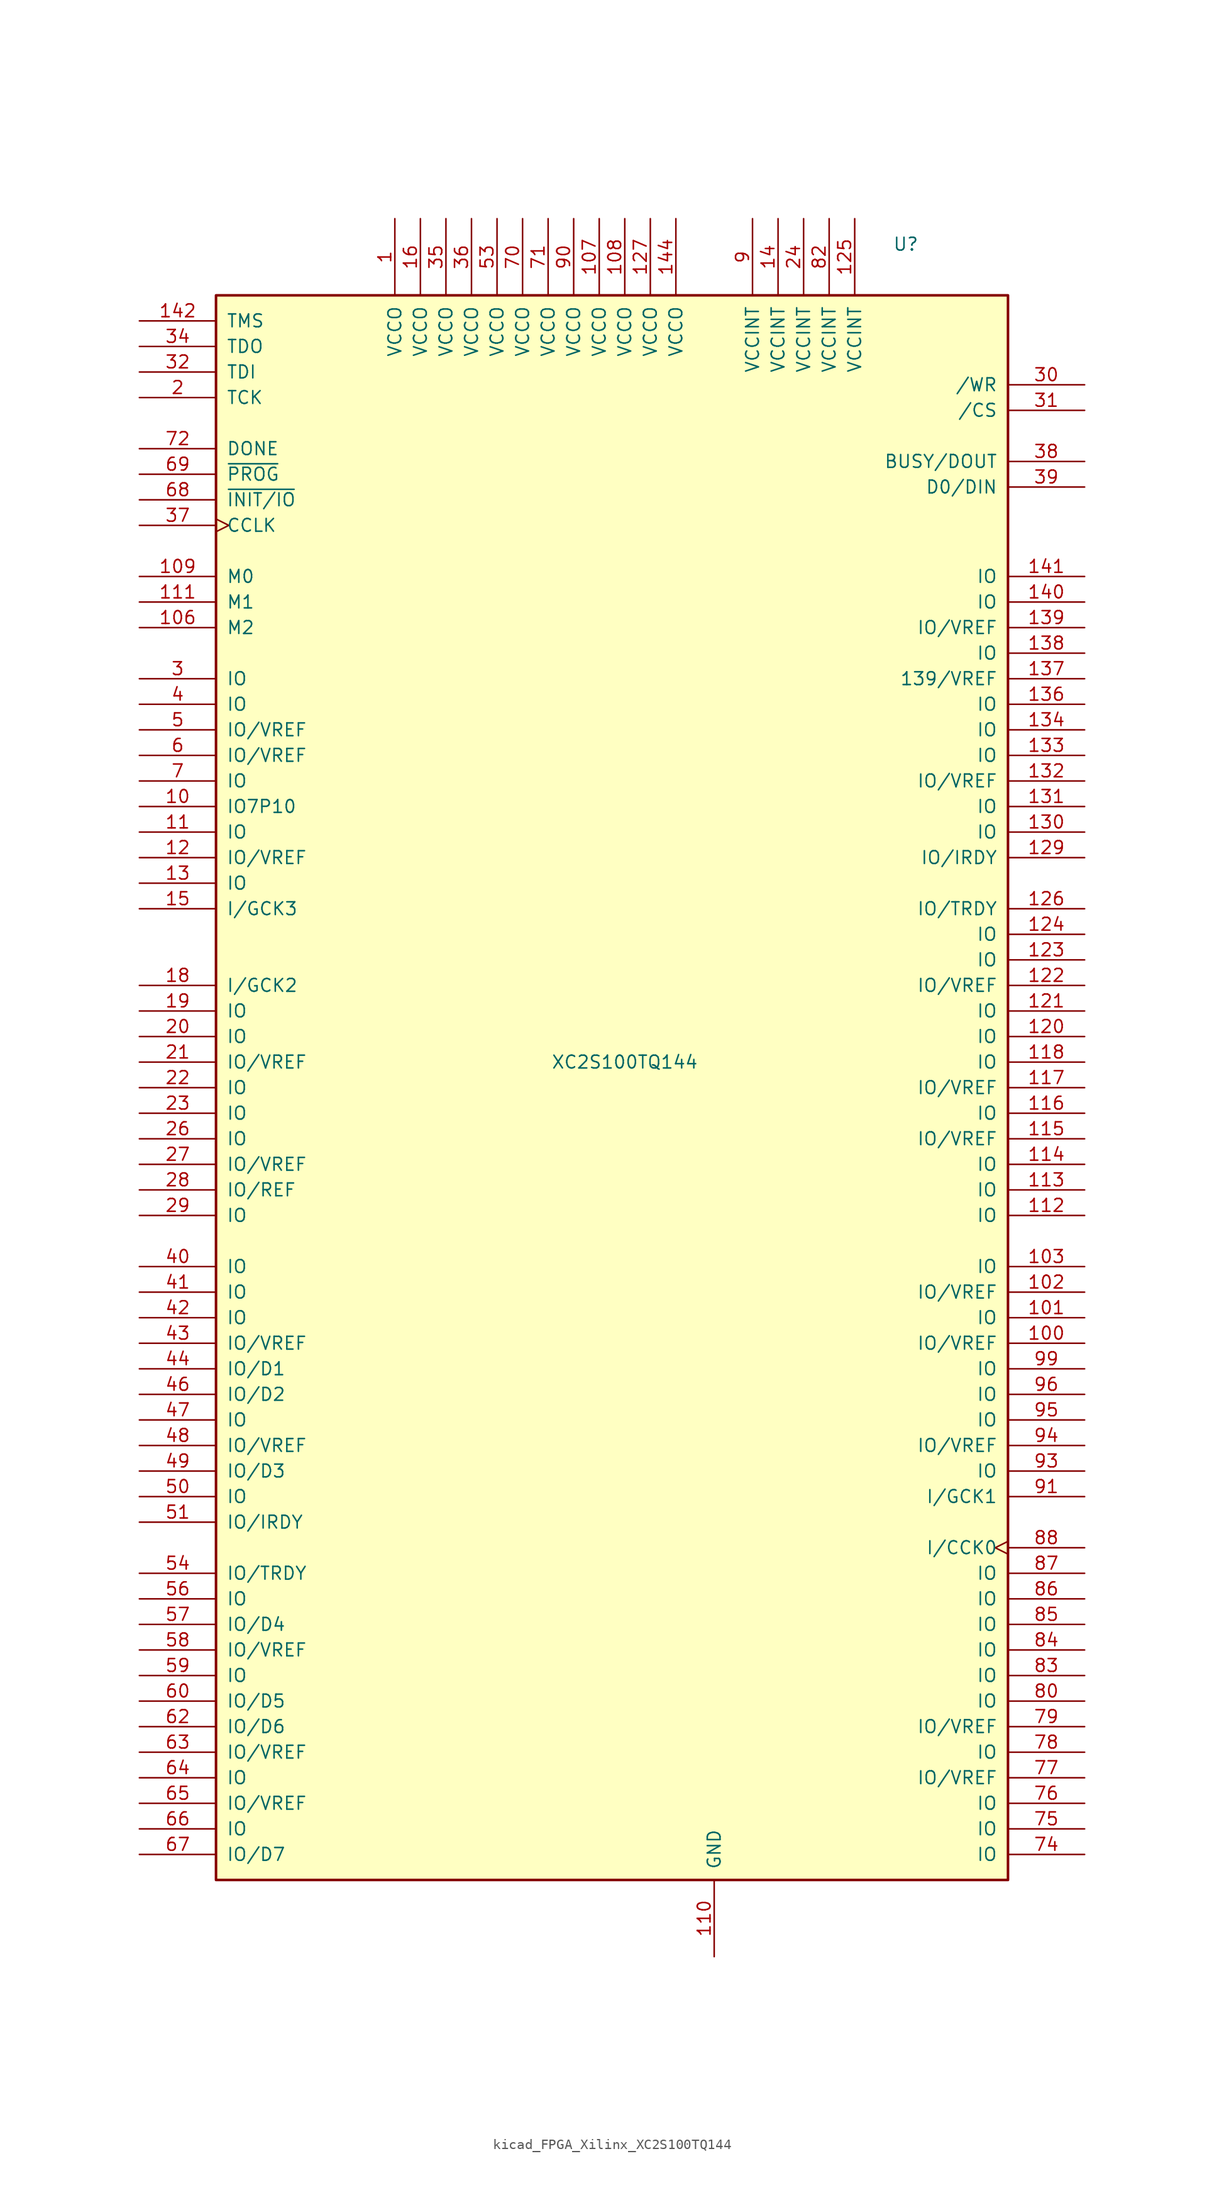
<source format=kicad_sym>
(kicad_symbol_lib
  (version 20220914)
  (generator kicad_symbol_editor)
  (symbol "kicad_FPGA_Xilinx_XC2S100TQ144"
    (pin_names
      (offset 1.016))
    (property "Reference" "U"
      (at 27.94 83.82 0)
      (effects (font (size 1.27 1.27))))
    (property "Value" "XC2S100TQ144"
      (at 0 2.54 0)
      (effects (font (size 1.27 1.27))))
    (symbol "kicad_FPGA_Xilinx_XC2S100TQ144_0_1"
      (rectangle (start -40.64 78.74) (end 38.1 -78.74) (stroke (width 0.254) (type default)) (fill (type background))))
    (symbol "kicad_FPGA_Xilinx_XC2S100TQ144_1_1"
      (pin power_in line (at -22.86 86.36 270) (length 7.62) (name "VCCO" (effects (font (size 1.27 1.27)))) (number "1" (effects (font (size 1.27 1.27)))))
      (pin bidirectional line (at -48.26 27.94 0) (length 7.62) (name "IO7P10" (effects (font (size 1.27 1.27)))) (number "10" (effects (font (size 1.27 1.27)))))
      (pin bidirectional line (at 45.72 -25.4 180) (length 7.62) (name "IO/VREF" (effects (font (size 1.27 1.27)))) (number "100" (effects (font (size 1.27 1.27)))))
      (pin bidirectional line (at 45.72 -22.86 180) (length 7.62) (name "IO" (effects (font (size 1.27 1.27)))) (number "101" (effects (font (size 1.27 1.27)))))
      (pin bidirectional line (at 45.72 -20.32 180) (length 7.62) (name "IO/VREF" (effects (font (size 1.27 1.27)))) (number "102" (effects (font (size 1.27 1.27)))))
      (pin bidirectional line (at 45.72 -17.78 180) (length 7.62) (name "IO" (effects (font (size 1.27 1.27)))) (number "103" (effects (font (size 1.27 1.27)))))
      (pin input line (at -48.26 45.72 0) (length 7.62) (name "M2" (effects (font (size 1.27 1.27)))) (number "106" (effects (font (size 1.27 1.27)))))
      (pin power_in line (at -2.54 86.36 270) (length 7.62) (name "VCCO" (effects (font (size 1.27 1.27)))) (number "107" (effects (font (size 1.27 1.27)))))
      (pin power_in line (at 0 86.36 270) (length 7.62) (name "VCCO" (effects (font (size 1.27 1.27)))) (number "108" (effects (font (size 1.27 1.27)))))
      (pin input line (at -48.26 50.8 0) (length 7.62) (name "M0" (effects (font (size 1.27 1.27)))) (number "109" (effects (font (size 1.27 1.27)))))
      (pin bidirectional line (at -48.26 25.4 0) (length 7.62) (name "IO" (effects (font (size 1.27 1.27)))) (number "11" (effects (font (size 1.27 1.27)))))
      (pin power_in line (at 8.89 -86.36 90) (length 7.62) (name "GND" (effects (font (size 1.27 1.27)))) (number "110" (effects (font (size 1.27 1.27)))))
      (pin input line (at -48.26 48.26 0) (length 7.62) (name "M1" (effects (font (size 1.27 1.27)))) (number "111" (effects (font (size 1.27 1.27)))))
      (pin bidirectional line (at 45.72 -12.7 180) (length 7.62) (name "IO" (effects (font (size 1.27 1.27)))) (number "112" (effects (font (size 1.27 1.27)))))
      (pin bidirectional line (at 45.72 -10.16 180) (length 7.62) (name "IO" (effects (font (size 1.27 1.27)))) (number "113" (effects (font (size 1.27 1.27)))))
      (pin bidirectional line (at 45.72 -7.62 180) (length 7.62) (name "IO" (effects (font (size 1.27 1.27)))) (number "114" (effects (font (size 1.27 1.27)))))
      (pin bidirectional line (at 45.72 -5.08 180) (length 7.62) (name "IO/VREF" (effects (font (size 1.27 1.27)))) (number "115" (effects (font (size 1.27 1.27)))))
      (pin bidirectional line (at 45.72 -2.54 180) (length 7.62) (name "IO" (effects (font (size 1.27 1.27)))) (number "116" (effects (font (size 1.27 1.27)))))
      (pin bidirectional line (at 45.72 0 180) (length 7.62) (name "IO/VREF" (effects (font (size 1.27 1.27)))) (number "117" (effects (font (size 1.27 1.27)))))
      (pin bidirectional line (at 45.72 2.54 180) (length 7.62) (name "IO" (effects (font (size 1.27 1.27)))) (number "118" (effects (font (size 1.27 1.27)))))
      (pin passive line (at 8.89 -86.36 90) (length 7.62) hide (name "GND" (effects (font (size 1.27 1.27)))) (number "119" (effects (font (size 1.27 1.27)))))
      (pin bidirectional line (at -48.26 22.86 0) (length 7.62) (name "IO/VREF" (effects (font (size 1.27 1.27)))) (number "12" (effects (font (size 1.27 1.27)))))
      (pin bidirectional line (at 45.72 5.08 180) (length 7.62) (name "IO" (effects (font (size 1.27 1.27)))) (number "120" (effects (font (size 1.27 1.27)))))
      (pin bidirectional line (at 45.72 7.62 180) (length 7.62) (name "IO" (effects (font (size 1.27 1.27)))) (number "121" (effects (font (size 1.27 1.27)))))
      (pin bidirectional line (at 45.72 10.16 180) (length 7.62) (name "IO/VREF" (effects (font (size 1.27 1.27)))) (number "122" (effects (font (size 1.27 1.27)))))
      (pin bidirectional line (at 45.72 12.7 180) (length 7.62) (name "IO" (effects (font (size 1.27 1.27)))) (number "123" (effects (font (size 1.27 1.27)))))
      (pin bidirectional line (at 45.72 15.24 180) (length 7.62) (name "IO" (effects (font (size 1.27 1.27)))) (number "124" (effects (font (size 1.27 1.27)))))
      (pin power_in line (at 22.86 86.36 270) (length 7.62) (name "VCCINT" (effects (font (size 1.27 1.27)))) (number "125" (effects (font (size 1.27 1.27)))))
      (pin bidirectional line (at 45.72 17.78 180) (length 7.62) (name "IO/TRDY" (effects (font (size 1.27 1.27)))) (number "126" (effects (font (size 1.27 1.27)))))
      (pin power_in line (at 2.54 86.36 270) (length 7.62) (name "VCCO" (effects (font (size 1.27 1.27)))) (number "127" (effects (font (size 1.27 1.27)))))
      (pin passive line (at 8.89 -86.36 90) (length 7.62) hide (name "GND" (effects (font (size 1.27 1.27)))) (number "128" (effects (font (size 1.27 1.27)))))
      (pin bidirectional line (at 45.72 22.86 180) (length 7.62) (name "IO/IRDY" (effects (font (size 1.27 1.27)))) (number "129" (effects (font (size 1.27 1.27)))))
      (pin bidirectional line (at -48.26 20.32 0) (length 7.62) (name "IO" (effects (font (size 1.27 1.27)))) (number "13" (effects (font (size 1.27 1.27)))))
      (pin bidirectional line (at 45.72 25.4 180) (length 7.62) (name "IO" (effects (font (size 1.27 1.27)))) (number "130" (effects (font (size 1.27 1.27)))))
      (pin bidirectional line (at 45.72 27.94 180) (length 7.62) (name "IO" (effects (font (size 1.27 1.27)))) (number "131" (effects (font (size 1.27 1.27)))))
      (pin bidirectional line (at 45.72 30.48 180) (length 7.62) (name "IO/VREF" (effects (font (size 1.27 1.27)))) (number "132" (effects (font (size 1.27 1.27)))))
      (pin bidirectional line (at 45.72 33.02 180) (length 7.62) (name "IO" (effects (font (size 1.27 1.27)))) (number "133" (effects (font (size 1.27 1.27)))))
      (pin bidirectional line (at 45.72 35.56 180) (length 7.62) (name "IO" (effects (font (size 1.27 1.27)))) (number "134" (effects (font (size 1.27 1.27)))))
      (pin passive line (at 8.89 -86.36 90) (length 7.62) hide (name "GND" (effects (font (size 1.27 1.27)))) (number "135" (effects (font (size 1.27 1.27)))))
      (pin bidirectional line (at 45.72 38.1 180) (length 7.62) (name "IO" (effects (font (size 1.27 1.27)))) (number "136" (effects (font (size 1.27 1.27)))))
      (pin bidirectional line (at 45.72 40.64 180) (length 7.62) (name "139/VREF" (effects (font (size 1.27 1.27)))) (number "137" (effects (font (size 1.27 1.27)))))
      (pin bidirectional line (at 45.72 43.18 180) (length 7.62) (name "IO" (effects (font (size 1.27 1.27)))) (number "138" (effects (font (size 1.27 1.27)))))
      (pin bidirectional line (at 45.72 45.72 180) (length 7.62) (name "IO/VREF" (effects (font (size 1.27 1.27)))) (number "139" (effects (font (size 1.27 1.27)))))
      (pin power_in line (at 15.24 86.36 270) (length 7.62) (name "VCCINT" (effects (font (size 1.27 1.27)))) (number "14" (effects (font (size 1.27 1.27)))))
      (pin bidirectional line (at 45.72 48.26 180) (length 7.62) (name "IO" (effects (font (size 1.27 1.27)))) (number "140" (effects (font (size 1.27 1.27)))))
      (pin bidirectional line (at 45.72 50.8 180) (length 7.62) (name "IO" (effects (font (size 1.27 1.27)))) (number "141" (effects (font (size 1.27 1.27)))))
      (pin input line (at -48.26 76.2 0) (length 7.62) (name "TMS" (effects (font (size 1.27 1.27)))) (number "142" (effects (font (size 1.27 1.27)))))
      (pin passive line (at 8.89 -86.36 90) (length 7.62) hide (name "GND" (effects (font (size 1.27 1.27)))) (number "143" (effects (font (size 1.27 1.27)))))
      (pin passive line (at 5.08 86.36 270) (length 7.62) (name "VCCO" (effects (font (size 1.27 1.27)))) (number "144" (effects (font (size 1.27 1.27)))))
      (pin input line (at -48.26 17.78 0) (length 7.62) (name "I/GCK3" (effects (font (size 1.27 1.27)))) (number "15" (effects (font (size 1.27 1.27)))))
      (pin power_in line (at -20.32 86.36 270) (length 7.62) (name "VCCO" (effects (font (size 1.27 1.27)))) (number "16" (effects (font (size 1.27 1.27)))))
      (pin passive line (at 8.89 -86.36 90) (length 7.62) hide (name "GND" (effects (font (size 1.27 1.27)))) (number "17" (effects (font (size 1.27 1.27)))))
      (pin input line (at -48.26 10.16 0) (length 7.62) (name "I/GCK2" (effects (font (size 1.27 1.27)))) (number "18" (effects (font (size 1.27 1.27)))))
      (pin bidirectional line (at -48.26 7.62 0) (length 7.62) (name "IO" (effects (font (size 1.27 1.27)))) (number "19" (effects (font (size 1.27 1.27)))))
      (pin input line (at -48.26 68.58 0) (length 7.62) (name "TCK" (effects (font (size 1.27 1.27)))) (number "2" (effects (font (size 1.27 1.27)))))
      (pin bidirectional line (at -48.26 5.08 0) (length 7.62) (name "IO" (effects (font (size 1.27 1.27)))) (number "20" (effects (font (size 1.27 1.27)))))
      (pin bidirectional line (at -48.26 2.54 0) (length 7.62) (name "IO/VREF" (effects (font (size 1.27 1.27)))) (number "21" (effects (font (size 1.27 1.27)))))
      (pin bidirectional line (at -48.26 0 0) (length 7.62) (name "IO" (effects (font (size 1.27 1.27)))) (number "22" (effects (font (size 1.27 1.27)))))
      (pin bidirectional line (at -48.26 -2.54 0) (length 7.62) (name "IO" (effects (font (size 1.27 1.27)))) (number "23" (effects (font (size 1.27 1.27)))))
      (pin power_in line (at 17.78 86.36 270) (length 7.62) (name "VCCINT" (effects (font (size 1.27 1.27)))) (number "24" (effects (font (size 1.27 1.27)))))
      (pin passive line (at 8.89 -86.36 90) (length 7.62) hide (name "GND" (effects (font (size 1.27 1.27)))) (number "25" (effects (font (size 1.27 1.27)))))
      (pin bidirectional line (at -48.26 -5.08 0) (length 7.62) (name "IO" (effects (font (size 1.27 1.27)))) (number "26" (effects (font (size 1.27 1.27)))))
      (pin bidirectional line (at -48.26 -7.62 0) (length 7.62) (name "IO/VREF" (effects (font (size 1.27 1.27)))) (number "27" (effects (font (size 1.27 1.27)))))
      (pin bidirectional line (at -48.26 -10.16 0) (length 7.62) (name "IO/REF" (effects (font (size 1.27 1.27)))) (number "28" (effects (font (size 1.27 1.27)))))
      (pin bidirectional line (at -48.26 -12.7 0) (length 7.62) (name "IO" (effects (font (size 1.27 1.27)))) (number "29" (effects (font (size 1.27 1.27)))))
      (pin bidirectional line (at -48.26 40.64 0) (length 7.62) (name "IO" (effects (font (size 1.27 1.27)))) (number "3" (effects (font (size 1.27 1.27)))))
      (pin bidirectional line (at 45.72 69.85 180) (length 7.62) (name "/WR" (effects (font (size 1.27 1.27)))) (number "30" (effects (font (size 1.27 1.27)))))
      (pin bidirectional line (at 45.72 67.31 180) (length 7.62) (name "/CS" (effects (font (size 1.27 1.27)))) (number "31" (effects (font (size 1.27 1.27)))))
      (pin input line (at -48.26 71.12 0) (length 7.62) (name "TDI" (effects (font (size 1.27 1.27)))) (number "32" (effects (font (size 1.27 1.27)))))
      (pin passive line (at 8.89 -86.36 90) (length 7.62) hide (name "GND" (effects (font (size 1.27 1.27)))) (number "33" (effects (font (size 1.27 1.27)))))
      (pin output line (at -48.26 73.66 0) (length 7.62) (name "TDO" (effects (font (size 1.27 1.27)))) (number "34" (effects (font (size 1.27 1.27)))))
      (pin power_in line (at -17.78 86.36 270) (length 7.62) (name "VCCO" (effects (font (size 1.27 1.27)))) (number "35" (effects (font (size 1.27 1.27)))))
      (pin power_in line (at -15.24 86.36 270) (length 7.62) (name "VCCO" (effects (font (size 1.27 1.27)))) (number "36" (effects (font (size 1.27 1.27)))))
      (pin input clock (at -48.26 55.88 0) (length 7.62) (name "CCLK" (effects (font (size 1.27 1.27)))) (number "37" (effects (font (size 1.27 1.27)))))
      (pin output line (at 45.72 62.23 180) (length 7.62) (name "BUSY/DOUT" (effects (font (size 1.27 1.27)))) (number "38" (effects (font (size 1.27 1.27)))))
      (pin bidirectional line (at 45.72 59.69 180) (length 7.62) (name "D0/DIN" (effects (font (size 1.27 1.27)))) (number "39" (effects (font (size 1.27 1.27)))))
      (pin bidirectional line (at -48.26 38.1 0) (length 7.62) (name "IO" (effects (font (size 1.27 1.27)))) (number "4" (effects (font (size 1.27 1.27)))))
      (pin bidirectional line (at -48.26 -17.78 0) (length 7.62) (name "IO" (effects (font (size 1.27 1.27)))) (number "40" (effects (font (size 1.27 1.27)))))
      (pin bidirectional line (at -48.26 -20.32 0) (length 7.62) (name "IO" (effects (font (size 1.27 1.27)))) (number "41" (effects (font (size 1.27 1.27)))))
      (pin bidirectional line (at -48.26 -22.86 0) (length 7.62) (name "IO" (effects (font (size 1.27 1.27)))) (number "42" (effects (font (size 1.27 1.27)))))
      (pin bidirectional line (at -48.26 -25.4 0) (length 7.62) (name "IO/VREF" (effects (font (size 1.27 1.27)))) (number "43" (effects (font (size 1.27 1.27)))))
      (pin bidirectional line (at -48.26 -27.94 0) (length 7.62) (name "IO/D1" (effects (font (size 1.27 1.27)))) (number "44" (effects (font (size 1.27 1.27)))))
      (pin passive line (at 8.89 -86.36 90) (length 7.62) hide (name "GND" (effects (font (size 1.27 1.27)))) (number "45" (effects (font (size 1.27 1.27)))))
      (pin bidirectional line (at -48.26 -30.48 0) (length 7.62) (name "IO/D2" (effects (font (size 1.27 1.27)))) (number "46" (effects (font (size 1.27 1.27)))))
      (pin bidirectional line (at -48.26 -33.02 0) (length 7.62) (name "IO" (effects (font (size 1.27 1.27)))) (number "47" (effects (font (size 1.27 1.27)))))
      (pin bidirectional line (at -48.26 -35.56 0) (length 7.62) (name "IO/VREF" (effects (font (size 1.27 1.27)))) (number "48" (effects (font (size 1.27 1.27)))))
      (pin bidirectional line (at -48.26 -38.1 0) (length 7.62) (name "IO/D3" (effects (font (size 1.27 1.27)))) (number "49" (effects (font (size 1.27 1.27)))))
      (pin bidirectional line (at -48.26 35.56 0) (length 7.62) (name "IO/VREF" (effects (font (size 1.27 1.27)))) (number "5" (effects (font (size 1.27 1.27)))))
      (pin bidirectional line (at -48.26 -40.64 0) (length 7.62) (name "IO" (effects (font (size 1.27 1.27)))) (number "50" (effects (font (size 1.27 1.27)))))
      (pin bidirectional line (at -48.26 -43.18 0) (length 7.62) (name "IO/IRDY" (effects (font (size 1.27 1.27)))) (number "51" (effects (font (size 1.27 1.27)))))
      (pin passive line (at 8.89 -86.36 90) (length 7.62) hide (name "GND" (effects (font (size 1.27 1.27)))) (number "52" (effects (font (size 1.27 1.27)))))
      (pin power_in line (at -12.7 86.36 270) (length 7.62) (name "VCCO" (effects (font (size 1.27 1.27)))) (number "53" (effects (font (size 1.27 1.27)))))
      (pin bidirectional line (at -48.26 -48.26 0) (length 7.62) (name "IO/TRDY" (effects (font (size 1.27 1.27)))) (number "54" (effects (font (size 1.27 1.27)))))
      (pin bidirectional line (at -48.26 -50.8 0) (length 7.62) (name "IO" (effects (font (size 1.27 1.27)))) (number "56" (effects (font (size 1.27 1.27)))))
      (pin bidirectional line (at -48.26 -53.34 0) (length 7.62) (name "IO/D4" (effects (font (size 1.27 1.27)))) (number "57" (effects (font (size 1.27 1.27)))))
      (pin bidirectional line (at -48.26 -55.88 0) (length 7.62) (name "IO/VREF" (effects (font (size 1.27 1.27)))) (number "58" (effects (font (size 1.27 1.27)))))
      (pin bidirectional line (at -48.26 -58.42 0) (length 7.62) (name "IO" (effects (font (size 1.27 1.27)))) (number "59" (effects (font (size 1.27 1.27)))))
      (pin bidirectional line (at -48.26 33.02 0) (length 7.62) (name "IO/VREF" (effects (font (size 1.27 1.27)))) (number "6" (effects (font (size 1.27 1.27)))))
      (pin bidirectional line (at -48.26 -60.96 0) (length 7.62) (name "IO/D5" (effects (font (size 1.27 1.27)))) (number "60" (effects (font (size 1.27 1.27)))))
      (pin passive line (at 8.89 -86.36 90) (length 7.62) hide (name "GND" (effects (font (size 1.27 1.27)))) (number "61" (effects (font (size 1.27 1.27)))))
      (pin bidirectional line (at -48.26 -63.5 0) (length 7.62) (name "IO/D6" (effects (font (size 1.27 1.27)))) (number "62" (effects (font (size 1.27 1.27)))))
      (pin bidirectional line (at -48.26 -66.04 0) (length 7.62) (name "IO/VREF" (effects (font (size 1.27 1.27)))) (number "63" (effects (font (size 1.27 1.27)))))
      (pin bidirectional line (at -48.26 -68.58 0) (length 7.62) (name "IO" (effects (font (size 1.27 1.27)))) (number "64" (effects (font (size 1.27 1.27)))))
      (pin bidirectional line (at -48.26 -71.12 0) (length 7.62) (name "IO/VREF" (effects (font (size 1.27 1.27)))) (number "65" (effects (font (size 1.27 1.27)))))
      (pin bidirectional line (at -48.26 -73.66 0) (length 7.62) (name "IO" (effects (font (size 1.27 1.27)))) (number "66" (effects (font (size 1.27 1.27)))))
      (pin bidirectional line (at -48.26 -76.2 0) (length 7.62) (name "IO/D7" (effects (font (size 1.27 1.27)))) (number "67" (effects (font (size 1.27 1.27)))))
      (pin bidirectional line (at -48.26 58.42 0) (length 7.62) (name "~{INIT/IO}" (effects (font (size 1.27 1.27)))) (number "68" (effects (font (size 1.27 1.27)))))
      (pin input line (at -48.26 60.96 0) (length 7.62) (name "~{PROG}" (effects (font (size 1.27 1.27)))) (number "69" (effects (font (size 1.27 1.27)))))
      (pin bidirectional line (at -48.26 30.48 0) (length 7.62) (name "IO" (effects (font (size 1.27 1.27)))) (number "7" (effects (font (size 1.27 1.27)))))
      (pin power_in line (at -10.16 86.36 270) (length 7.62) (name "VCCO" (effects (font (size 1.27 1.27)))) (number "70" (effects (font (size 1.27 1.27)))))
      (pin power_in line (at -7.62 86.36 270) (length 7.62) (name "VCCO" (effects (font (size 1.27 1.27)))) (number "71" (effects (font (size 1.27 1.27)))))
      (pin open_collector line (at -48.26 63.5 0) (length 7.62) (name "DONE" (effects (font (size 1.27 1.27)))) (number "72" (effects (font (size 1.27 1.27)))))
      (pin passive line (at 8.89 -86.36 90) (length 7.62) hide (name "GND" (effects (font (size 1.27 1.27)))) (number "73" (effects (font (size 1.27 1.27)))))
      (pin bidirectional line (at 45.72 -76.2 180) (length 7.62) (name "IO" (effects (font (size 1.27 1.27)))) (number "74" (effects (font (size 1.27 1.27)))))
      (pin bidirectional line (at 45.72 -73.66 180) (length 7.62) (name "IO" (effects (font (size 1.27 1.27)))) (number "75" (effects (font (size 1.27 1.27)))))
      (pin bidirectional line (at 45.72 -71.12 180) (length 7.62) (name "IO" (effects (font (size 1.27 1.27)))) (number "76" (effects (font (size 1.27 1.27)))))
      (pin bidirectional line (at 45.72 -68.58 180) (length 7.62) (name "IO/VREF" (effects (font (size 1.27 1.27)))) (number "77" (effects (font (size 1.27 1.27)))))
      (pin bidirectional line (at 45.72 -66.04 180) (length 7.62) (name "IO" (effects (font (size 1.27 1.27)))) (number "78" (effects (font (size 1.27 1.27)))))
      (pin bidirectional line (at 45.72 -63.5 180) (length 7.62) (name "IO/VREF" (effects (font (size 1.27 1.27)))) (number "79" (effects (font (size 1.27 1.27)))))
      (pin passive line (at 8.89 -86.36 90) (length 7.62) hide (name "GND" (effects (font (size 1.27 1.27)))) (number "8" (effects (font (size 1.27 1.27)))))
      (pin bidirectional line (at 45.72 -60.96 180) (length 7.62) (name "IO" (effects (font (size 1.27 1.27)))) (number "80" (effects (font (size 1.27 1.27)))))
      (pin passive line (at 8.89 -86.36 90) (length 7.62) hide (name "GND" (effects (font (size 1.27 1.27)))) (number "81" (effects (font (size 1.27 1.27)))))
      (pin power_in line (at 20.32 86.36 270) (length 7.62) (name "VCCINT" (effects (font (size 1.27 1.27)))) (number "82" (effects (font (size 1.27 1.27)))))
      (pin bidirectional line (at 45.72 -58.42 180) (length 7.62) (name "IO" (effects (font (size 1.27 1.27)))) (number "83" (effects (font (size 1.27 1.27)))))
      (pin bidirectional line (at 45.72 -55.88 180) (length 7.62) (name "IO" (effects (font (size 1.27 1.27)))) (number "84" (effects (font (size 1.27 1.27)))))
      (pin bidirectional line (at 45.72 -53.34 180) (length 7.62) (name "IO" (effects (font (size 1.27 1.27)))) (number "85" (effects (font (size 1.27 1.27)))))
      (pin bidirectional line (at 45.72 -50.8 180) (length 7.62) (name "IO" (effects (font (size 1.27 1.27)))) (number "86" (effects (font (size 1.27 1.27)))))
      (pin bidirectional line (at 45.72 -48.26 180) (length 7.62) (name "IO" (effects (font (size 1.27 1.27)))) (number "87" (effects (font (size 1.27 1.27)))))
      (pin input clock (at 45.72 -45.72 180) (length 7.62) (name "I/CCK0" (effects (font (size 1.27 1.27)))) (number "88" (effects (font (size 1.27 1.27)))))
      (pin passive line (at 8.89 -86.36 90) (length 7.62) hide (name "GND" (effects (font (size 1.27 1.27)))) (number "89" (effects (font (size 1.27 1.27)))))
      (pin power_in line (at 12.7 86.36 270) (length 7.62) (name "VCCINT" (effects (font (size 1.27 1.27)))) (number "9" (effects (font (size 1.27 1.27)))))
      (pin power_in line (at -5.08 86.36 270) (length 7.62) (name "VCCO" (effects (font (size 1.27 1.27)))) (number "90" (effects (font (size 1.27 1.27)))))
      (pin input line (at 45.72 -40.64 180) (length 7.62) (name "I/GCK1" (effects (font (size 1.27 1.27)))) (number "91" (effects (font (size 1.27 1.27)))))
      (pin bidirectional line (at 45.72 -38.1 180) (length 7.62) (name "IO" (effects (font (size 1.27 1.27)))) (number "93" (effects (font (size 1.27 1.27)))))
      (pin bidirectional line (at 45.72 -35.56 180) (length 7.62) (name "IO/VREF" (effects (font (size 1.27 1.27)))) (number "94" (effects (font (size 1.27 1.27)))))
      (pin bidirectional line (at 45.72 -33.02 180) (length 7.62) (name "IO" (effects (font (size 1.27 1.27)))) (number "95" (effects (font (size 1.27 1.27)))))
      (pin bidirectional line (at 45.72 -30.48 180) (length 7.62) (name "IO" (effects (font (size 1.27 1.27)))) (number "96" (effects (font (size 1.27 1.27)))))
      (pin passive line (at 8.89 -86.36 90) (length 7.62) hide (name "GND" (effects (font (size 1.27 1.27)))) (number "98" (effects (font (size 1.27 1.27)))))
      (pin bidirectional line (at 45.72 -27.94 180) (length 7.62) (name "IO" (effects (font (size 1.27 1.27)))) (number "99" (effects (font (size 1.27 1.27))))))))
</source>
